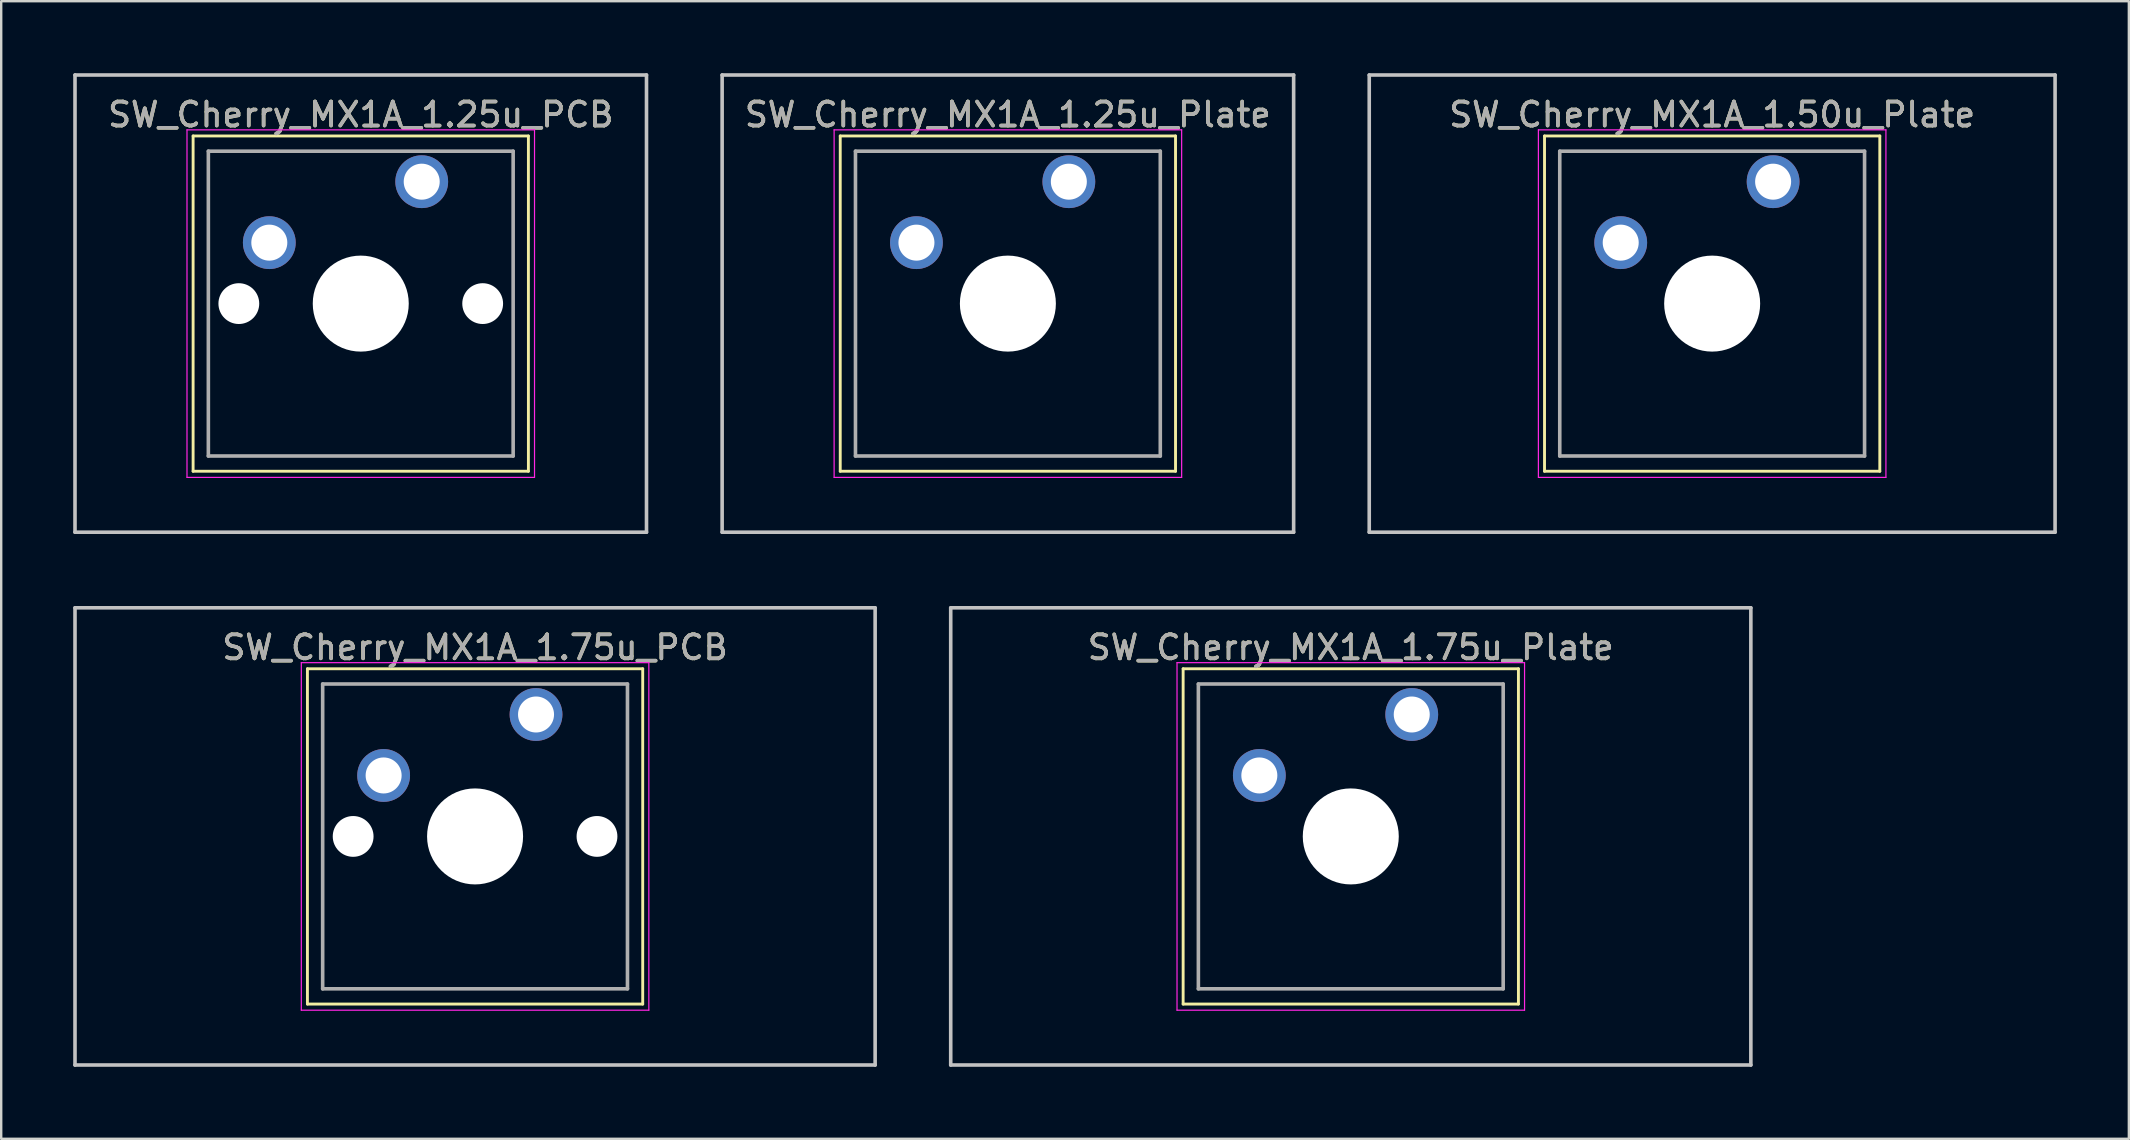
<source format=kicad_pcb>
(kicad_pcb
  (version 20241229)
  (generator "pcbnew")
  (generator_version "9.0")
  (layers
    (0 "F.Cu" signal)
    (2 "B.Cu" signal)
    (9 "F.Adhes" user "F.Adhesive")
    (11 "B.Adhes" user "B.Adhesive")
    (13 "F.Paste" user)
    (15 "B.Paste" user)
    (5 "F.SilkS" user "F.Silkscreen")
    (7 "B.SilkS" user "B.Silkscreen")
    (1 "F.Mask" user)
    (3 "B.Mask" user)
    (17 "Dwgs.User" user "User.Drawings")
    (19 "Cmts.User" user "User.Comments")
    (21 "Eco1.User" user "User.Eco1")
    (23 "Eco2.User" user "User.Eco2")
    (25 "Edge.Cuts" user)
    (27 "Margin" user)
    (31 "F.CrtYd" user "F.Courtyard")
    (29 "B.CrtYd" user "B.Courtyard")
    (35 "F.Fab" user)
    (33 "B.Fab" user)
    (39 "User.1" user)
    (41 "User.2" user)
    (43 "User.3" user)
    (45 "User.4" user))
  (footprint "SW_Cherry_MX1A_1.75u_PCB"
    (layer "F.Cu")
    (at 19.284 26.72)
    (property "Reference" "SW_Cherry_MX1A_1.75u_PCB" (at -2.54 -2.794 0) (layer "F.SilkS") (effects (font (size 1 1) (thickness 0.15))))
    (attr through_hole)
    (fp_line (start -9.525 -1.905) (end 4.445 -1.905) (stroke (width 0.12) (type solid)) (layer "F.SilkS"))
    (fp_line (start -9.525 12.065) (end -9.525 -1.905) (stroke (width 0.12) (type solid)) (layer "F.SilkS"))
    (fp_line (start 4.445 -1.905) (end 4.445 12.065) (stroke (width 0.12) (type solid)) (layer "F.SilkS"))
    (fp_line (start 4.445 12.065) (end -9.525 12.065) (stroke (width 0.12) (type solid)) (layer "F.SilkS"))
    (fp_line (start -19.209 -4.445) (end 14.129 -4.445) (stroke (width 0.15) (type solid)) (layer "Dwgs.User"))
    (fp_line (start -19.209 14.605) (end -19.209 -4.445) (stroke (width 0.15) (type solid)) (layer "Dwgs.User"))
    (fp_line (start 14.129 -4.445) (end 14.129 14.605) (stroke (width 0.15) (type solid)) (layer "Dwgs.User"))
    (fp_line (start 14.129 14.605) (end -19.209 14.605) (stroke (width 0.15) (type solid)) (layer "Dwgs.User"))
    (fp_line (start -9.78 -2.16) (end 4.7 -2.16) (stroke (width 0.05) (type solid)) (layer "F.CrtYd"))
    (fp_line (start -9.78 12.32) (end -9.78 -2.16) (stroke (width 0.05) (type solid)) (layer "F.CrtYd"))
    (fp_line (start 4.7 -2.16) (end 4.7 12.32) (stroke (width 0.05) (type solid)) (layer "F.CrtYd"))
    (fp_line (start 4.7 12.32) (end -9.78 12.32) (stroke (width 0.05) (type solid)) (layer "F.CrtYd"))
    (fp_line (start -8.89 -1.27) (end 3.81 -1.27) (stroke (width 0.15) (type solid)) (layer "F.Fab"))
    (fp_line (start -8.89 11.43) (end -8.89 -1.27) (stroke (width 0.15) (type solid)) (layer "F.Fab"))
    (fp_line (start 3.81 -1.27) (end 3.81 11.43) (stroke (width 0.15) (type solid)) (layer "F.Fab"))
    (fp_line (start 3.81 11.43) (end -8.89 11.43) (stroke (width 0.15) (type solid)) (layer "F.Fab"))
    (fp_text user "${REFERENCE}" (at -2.54 -2.794 0) (layer "F.Fab") (effects (font (size 1 1) (thickness 0.15))))
    (pad "" np_thru_hole circle (at -7.62 5.08) (size 1.7 1.7) (drill 1.7) (layers "*.Cu" "*.Mask"))
    (pad "" np_thru_hole circle (at -2.54 5.08) (size 4 4) (drill 4) (layers "*.Cu" "*.Mask"))
    (pad "" np_thru_hole circle (at 2.54 5.08) (size 1.7 1.7) (drill 1.7) (layers "*.Cu" "*.Mask"))
    (pad "1" thru_hole circle (at 0 0) (size 2.2 2.2) (drill 1.5) (layers "*.Cu" "*.Mask"))
    (pad "2" thru_hole circle (at -6.35 2.54) (size 2.2 2.2) (drill 1.5) (layers "*.Cu" "*.Mask")))
  (footprint "SW_Cherry_MX1A_1.75u_Plate"
    (layer "F.Cu")
    (at 55.771 26.72)
    (property "Reference" "SW_Cherry_MX1A_1.75u_Plate" (at -2.54 -2.794 0) (layer "F.SilkS") (effects (font (size 1 1) (thickness 0.15))))
    (attr through_hole)
    (fp_line (start -9.525 -1.905) (end 4.445 -1.905) (stroke (width 0.12) (type solid)) (layer "F.SilkS"))
    (fp_line (start -9.525 12.065) (end -9.525 -1.905) (stroke (width 0.12) (type solid)) (layer "F.SilkS"))
    (fp_line (start 4.445 -1.905) (end 4.445 12.065) (stroke (width 0.12) (type solid)) (layer "F.SilkS"))
    (fp_line (start 4.445 12.065) (end -9.525 12.065) (stroke (width 0.12) (type solid)) (layer "F.SilkS"))
    (fp_line (start -19.209 -4.445) (end 14.129 -4.445) (stroke (width 0.15) (type solid)) (layer "Dwgs.User"))
    (fp_line (start -19.209 14.605) (end -19.209 -4.445) (stroke (width 0.15) (type solid)) (layer "Dwgs.User"))
    (fp_line (start 14.129 -4.445) (end 14.129 14.605) (stroke (width 0.15) (type solid)) (layer "Dwgs.User"))
    (fp_line (start 14.129 14.605) (end -19.209 14.605) (stroke (width 0.15) (type solid)) (layer "Dwgs.User"))
    (fp_line (start -9.78 -2.16) (end 4.7 -2.16) (stroke (width 0.05) (type solid)) (layer "F.CrtYd"))
    (fp_line (start -9.78 12.32) (end -9.78 -2.16) (stroke (width 0.05) (type solid)) (layer "F.CrtYd"))
    (fp_line (start 4.7 -2.16) (end 4.7 12.32) (stroke (width 0.05) (type solid)) (layer "F.CrtYd"))
    (fp_line (start 4.7 12.32) (end -9.78 12.32) (stroke (width 0.05) (type solid)) (layer "F.CrtYd"))
    (fp_line (start -8.89 -1.27) (end 3.81 -1.27) (stroke (width 0.15) (type solid)) (layer "F.Fab"))
    (fp_line (start -8.89 11.43) (end -8.89 -1.27) (stroke (width 0.15) (type solid)) (layer "F.Fab"))
    (fp_line (start 3.81 -1.27) (end 3.81 11.43) (stroke (width 0.15) (type solid)) (layer "F.Fab"))
    (fp_line (start 3.81 11.43) (end -8.89 11.43) (stroke (width 0.15) (type solid)) (layer "F.Fab"))
    (fp_text user "${REFERENCE}" (at -2.54 -2.794 0) (layer "F.Fab") (effects (font (size 1 1) (thickness 0.15))))
    (pad "" np_thru_hole circle (at -2.54 5.08) (size 4 4) (drill 4) (layers "*.Cu" "*.Mask"))
    (pad "1" thru_hole circle (at 0 0) (size 2.2 2.2) (drill 1.5) (layers "*.Cu" "*.Mask"))
    (pad "2" thru_hole circle (at -6.35 2.54) (size 2.2 2.2) (drill 1.5) (layers "*.Cu" "*.Mask")))
  (footprint "SW_Cherry_MX1A_1.25u_Plate"
    (layer "F.Cu")
    (at 41.484 4.52)
    (property "Reference" "SW_Cherry_MX1A_1.25u_Plate" (at -2.54 -2.794 0) (layer "F.SilkS") (effects (font (size 1 1) (thickness 0.15))))
    (attr through_hole)
    (fp_line (start -9.525 -1.905) (end 4.445 -1.905) (stroke (width 0.12) (type solid)) (layer "F.SilkS"))
    (fp_line (start -9.525 12.065) (end -9.525 -1.905) (stroke (width 0.12) (type solid)) (layer "F.SilkS"))
    (fp_line (start 4.445 -1.905) (end 4.445 12.065) (stroke (width 0.12) (type solid)) (layer "F.SilkS"))
    (fp_line (start 4.445 12.065) (end -9.525 12.065) (stroke (width 0.12) (type solid)) (layer "F.SilkS"))
    (fp_line (start -14.446 -4.445) (end 9.366 -4.445) (stroke (width 0.15) (type solid)) (layer "Dwgs.User"))
    (fp_line (start -14.446 14.605) (end -14.446 -4.445) (stroke (width 0.15) (type solid)) (layer "Dwgs.User"))
    (fp_line (start 9.366 -4.445) (end 9.366 14.605) (stroke (width 0.15) (type solid)) (layer "Dwgs.User"))
    (fp_line (start 9.366 14.605) (end -14.446 14.605) (stroke (width 0.15) (type solid)) (layer "Dwgs.User"))
    (fp_line (start -9.78 -2.16) (end 4.7 -2.16) (stroke (width 0.05) (type solid)) (layer "F.CrtYd"))
    (fp_line (start -9.78 12.32) (end -9.78 -2.16) (stroke (width 0.05) (type solid)) (layer "F.CrtYd"))
    (fp_line (start 4.7 -2.16) (end 4.7 12.32) (stroke (width 0.05) (type solid)) (layer "F.CrtYd"))
    (fp_line (start 4.7 12.32) (end -9.78 12.32) (stroke (width 0.05) (type solid)) (layer "F.CrtYd"))
    (fp_line (start -8.89 -1.27) (end 3.81 -1.27) (stroke (width 0.15) (type solid)) (layer "F.Fab"))
    (fp_line (start -8.89 11.43) (end -8.89 -1.27) (stroke (width 0.15) (type solid)) (layer "F.Fab"))
    (fp_line (start 3.81 -1.27) (end 3.81 11.43) (stroke (width 0.15) (type solid)) (layer "F.Fab"))
    (fp_line (start 3.81 11.43) (end -8.89 11.43) (stroke (width 0.15) (type solid)) (layer "F.Fab"))
    (fp_text user "${REFERENCE}" (at -2.54 -2.794 0) (layer "F.Fab") (effects (font (size 1 1) (thickness 0.15))))
    (pad "" np_thru_hole circle (at -2.54 5.08) (size 4 4) (drill 4) (layers "*.Cu" "*.Mask"))
    (pad "1" thru_hole circle (at 0 0) (size 2.2 2.2) (drill 1.5) (layers "*.Cu" "*.Mask"))
    (pad "2" thru_hole circle (at -6.35 2.54) (size 2.2 2.2) (drill 1.5) (layers "*.Cu" "*.Mask")))
  (footprint "SW_Cherry_MX1A_1.25u_PCB"
    (layer "F.Cu")
    (at 14.521 4.52)
    (property "Reference" "SW_Cherry_MX1A_1.25u_PCB" (at -2.54 -2.794 0) (layer "F.SilkS") (effects (font (size 1 1) (thickness 0.15))))
    (attr through_hole)
    (fp_line (start -9.525 -1.905) (end 4.445 -1.905) (stroke (width 0.12) (type solid)) (layer "F.SilkS"))
    (fp_line (start -9.525 12.065) (end -9.525 -1.905) (stroke (width 0.12) (type solid)) (layer "F.SilkS"))
    (fp_line (start 4.445 -1.905) (end 4.445 12.065) (stroke (width 0.12) (type solid)) (layer "F.SilkS"))
    (fp_line (start 4.445 12.065) (end -9.525 12.065) (stroke (width 0.12) (type solid)) (layer "F.SilkS"))
    (fp_line (start -14.446 -4.445) (end 9.366 -4.445) (stroke (width 0.15) (type solid)) (layer "Dwgs.User"))
    (fp_line (start -14.446 14.605) (end -14.446 -4.445) (stroke (width 0.15) (type solid)) (layer "Dwgs.User"))
    (fp_line (start 9.366 -4.445) (end 9.366 14.605) (stroke (width 0.15) (type solid)) (layer "Dwgs.User"))
    (fp_line (start 9.366 14.605) (end -14.446 14.605) (stroke (width 0.15) (type solid)) (layer "Dwgs.User"))
    (fp_line (start -9.78 -2.16) (end 4.7 -2.16) (stroke (width 0.05) (type solid)) (layer "F.CrtYd"))
    (fp_line (start -9.78 12.32) (end -9.78 -2.16) (stroke (width 0.05) (type solid)) (layer "F.CrtYd"))
    (fp_line (start 4.7 -2.16) (end 4.7 12.32) (stroke (width 0.05) (type solid)) (layer "F.CrtYd"))
    (fp_line (start 4.7 12.32) (end -9.78 12.32) (stroke (width 0.05) (type solid)) (layer "F.CrtYd"))
    (fp_line (start -8.89 -1.27) (end 3.81 -1.27) (stroke (width 0.15) (type solid)) (layer "F.Fab"))
    (fp_line (start -8.89 11.43) (end -8.89 -1.27) (stroke (width 0.15) (type solid)) (layer "F.Fab"))
    (fp_line (start 3.81 -1.27) (end 3.81 11.43) (stroke (width 0.15) (type solid)) (layer "F.Fab"))
    (fp_line (start 3.81 11.43) (end -8.89 11.43) (stroke (width 0.15) (type solid)) (layer "F.Fab"))
    (fp_text user "${REFERENCE}" (at -2.54 -2.794 0) (layer "F.Fab") (effects (font (size 1 1) (thickness 0.15))))
    (pad "" np_thru_hole circle (at -7.62 5.08) (size 1.7 1.7) (drill 1.7) (layers "*.Cu" "*.Mask"))
    (pad "" np_thru_hole circle (at -2.54 5.08) (size 4 4) (drill 4) (layers "*.Cu" "*.Mask"))
    (pad "" np_thru_hole circle (at 2.54 5.08) (size 1.7 1.7) (drill 1.7) (layers "*.Cu" "*.Mask"))
    (pad "1" thru_hole circle (at 0 0) (size 2.2 2.2) (drill 1.5) (layers "*.Cu" "*.Mask"))
    (pad "2" thru_hole circle (at -6.35 2.54) (size 2.2 2.2) (drill 1.5) (layers "*.Cu" "*.Mask")))
  (footprint "SW_Cherry_MX1A_1.50u_Plate"
    (layer "F.Cu")
    (at 70.828 4.52)
    (property "Reference" "SW_Cherry_MX1A_1.50u_Plate" (at -2.54 -2.794 0) (layer "F.SilkS") (effects (font (size 1 1) (thickness 0.15))))
    (attr through_hole)
    (fp_line (start -9.525 -1.905) (end 4.445 -1.905) (stroke (width 0.12) (type solid)) (layer "F.SilkS"))
    (fp_line (start -9.525 12.065) (end -9.525 -1.905) (stroke (width 0.12) (type solid)) (layer "F.SilkS"))
    (fp_line (start 4.445 -1.905) (end 4.445 12.065) (stroke (width 0.12) (type solid)) (layer "F.SilkS"))
    (fp_line (start 4.445 12.065) (end -9.525 12.065) (stroke (width 0.12) (type solid)) (layer "F.SilkS"))
    (fp_line (start -16.828 -4.445) (end 11.748 -4.445) (stroke (width 0.15) (type solid)) (layer "Dwgs.User"))
    (fp_line (start -16.828 14.605) (end -16.828 -4.445) (stroke (width 0.15) (type solid)) (layer "Dwgs.User"))
    (fp_line (start 11.748 -4.445) (end 11.748 14.605) (stroke (width 0.15) (type solid)) (layer "Dwgs.User"))
    (fp_line (start 11.748 14.605) (end -16.828 14.605) (stroke (width 0.15) (type solid)) (layer "Dwgs.User"))
    (fp_line (start -9.78 -2.16) (end 4.7 -2.16) (stroke (width 0.05) (type solid)) (layer "F.CrtYd"))
    (fp_line (start -9.78 12.32) (end -9.78 -2.16) (stroke (width 0.05) (type solid)) (layer "F.CrtYd"))
    (fp_line (start 4.7 -2.16) (end 4.7 12.32) (stroke (width 0.05) (type solid)) (layer "F.CrtYd"))
    (fp_line (start 4.7 12.32) (end -9.78 12.32) (stroke (width 0.05) (type solid)) (layer "F.CrtYd"))
    (fp_line (start -8.89 -1.27) (end 3.81 -1.27) (stroke (width 0.15) (type solid)) (layer "F.Fab"))
    (fp_line (start -8.89 11.43) (end -8.89 -1.27) (stroke (width 0.15) (type solid)) (layer "F.Fab"))
    (fp_line (start 3.81 -1.27) (end 3.81 11.43) (stroke (width 0.15) (type solid)) (layer "F.Fab"))
    (fp_line (start 3.81 11.43) (end -8.89 11.43) (stroke (width 0.15) (type solid)) (layer "F.Fab"))
    (fp_text user "${REFERENCE}" (at -2.54 -2.794 0) (layer "F.Fab") (effects (font (size 1 1) (thickness 0.15))))
    (pad "" np_thru_hole circle (at -2.54 5.08) (size 4 4) (drill 4) (layers "*.Cu" "*.Mask"))
    (pad "1" thru_hole circle (at 0 0) (size 2.2 2.2) (drill 1.5) (layers "*.Cu" "*.Mask"))
    (pad "2" thru_hole circle (at -6.35 2.54) (size 2.2 2.2) (drill 1.5) (layers "*.Cu" "*.Mask")))
  (gr_rect
    (start -3 -3)
    (end 85.65 44.4)
    (stroke (width 0.1) (type default))
    (fill no)
    (layer "Edge.Cuts")))
</source>
